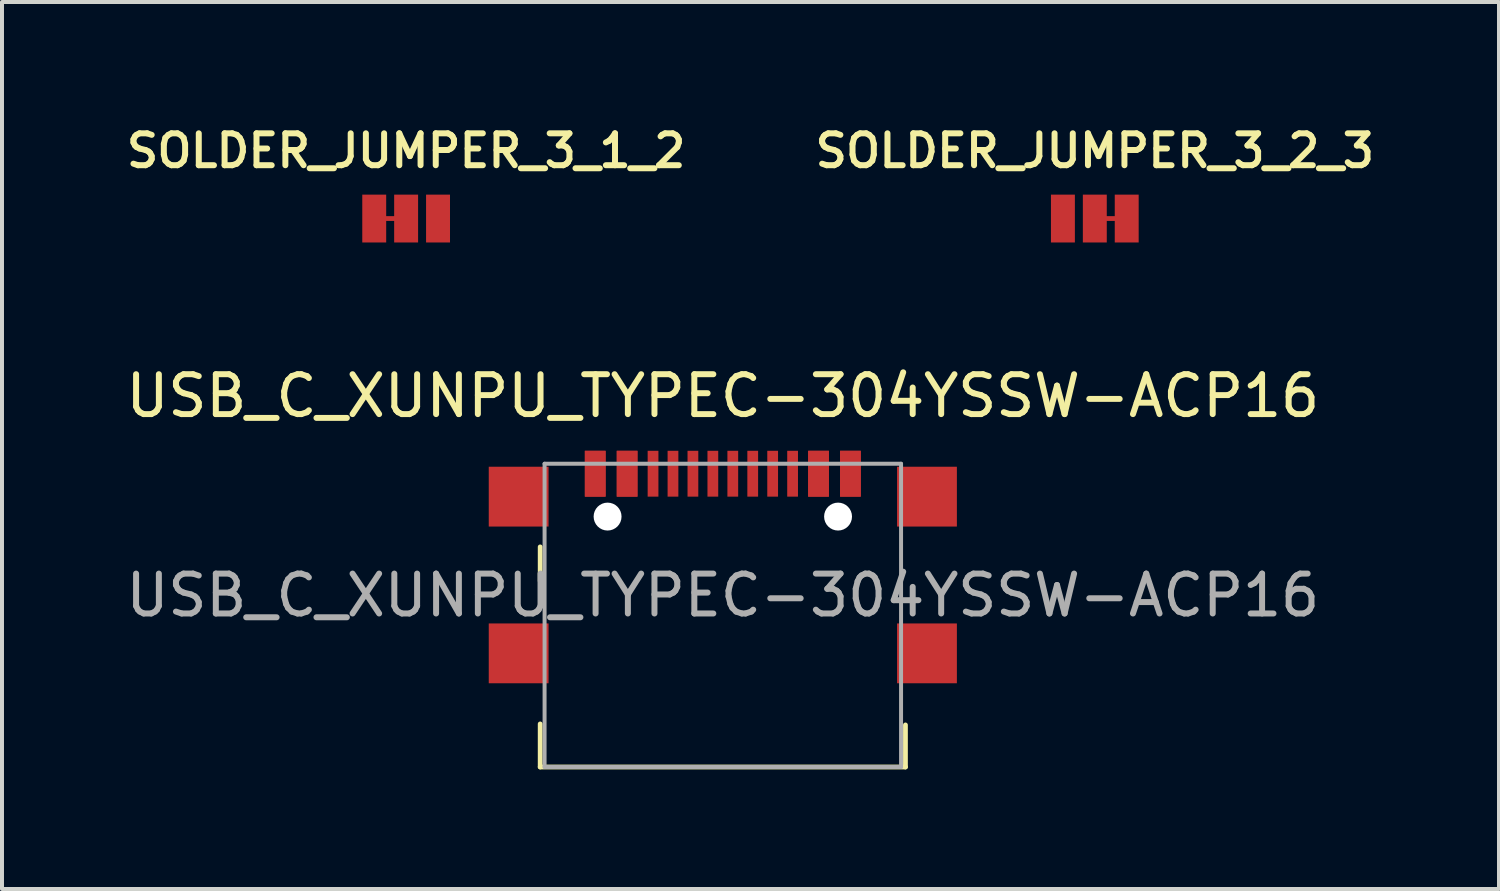
<source format=kicad_pcb>
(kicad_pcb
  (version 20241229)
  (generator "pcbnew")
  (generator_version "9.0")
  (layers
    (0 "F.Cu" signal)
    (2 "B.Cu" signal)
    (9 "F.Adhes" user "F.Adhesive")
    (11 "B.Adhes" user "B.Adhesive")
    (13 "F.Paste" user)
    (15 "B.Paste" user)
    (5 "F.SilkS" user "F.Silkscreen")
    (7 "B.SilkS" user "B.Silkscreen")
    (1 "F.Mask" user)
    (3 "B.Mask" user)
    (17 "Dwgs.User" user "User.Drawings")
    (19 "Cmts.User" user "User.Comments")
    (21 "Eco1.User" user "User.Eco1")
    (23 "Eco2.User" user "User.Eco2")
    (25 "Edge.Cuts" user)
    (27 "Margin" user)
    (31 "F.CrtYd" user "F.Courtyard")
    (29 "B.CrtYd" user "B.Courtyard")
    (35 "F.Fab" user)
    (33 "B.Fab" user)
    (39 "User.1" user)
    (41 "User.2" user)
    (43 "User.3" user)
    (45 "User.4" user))
  (footprint "SOLDER_JUMPER_3_1_2"
    (layer "F.Cu")
    (at 7.135 2.431)
    (property "Reference" "SOLDER_JUMPER_3_1_2" (at 0 -1.7 0) (layer "F.SilkS") (effects (font (size 0.8 0.8) (thickness 0.15))))
    (attr exclude_from_pos_files exclude_from_bom)
    (fp_line (start -0.8 0) (end 0 0) (stroke (width 0.12) (type solid)) (layer "F.Cu"))
    (pad "1" smd rect (at -0.8 0) (size 0.6 1.2) (layers "F.Cu" "F.Mask"))
    (pad "2" smd rect (at 0 0) (size 0.6 1.2) (layers "F.Cu" "F.Mask"))
    (pad "3" smd rect (at 0.8 0) (size 0.6 1.2) (layers "F.Cu" "F.Mask")))
  (footprint "USB_C_XUNPU_TYPEC-304YSSW-ACP16"
    (layer "F.Cu")
    (at 15.077 11.88)
    (property "Reference" "USB_C_XUNPU_TYPEC-304YSSW-ACP16" (at 0 -5 0) (layer "F.SilkS") (effects (font (size 1 1) (thickness 0.15))))
    (attr smd)
    (fp_line (start -4.58 -1.215) (end -4.58 -0.36) (stroke (width 0.12) (type solid)) (layer "F.SilkS"))
    (fp_line (start -4.58 3.225) (end -4.58 4.305) (stroke (width 0.12) (type solid)) (layer "F.SilkS"))
    (fp_line (start -4.58 4.305) (end 4.58 4.305) (stroke (width 0.12) (type solid)) (layer "F.SilkS"))
    (fp_line (start 4.58 3.25) (end 4.58 4.305) (stroke (width 0.12) (type solid)) (layer "F.SilkS"))
    (fp_line (start -4.47 -3.3) (end -4.47 4.305) (stroke (width 0.1) (type solid)) (layer "F.Fab"))
    (fp_line (start -4.47 -3.3) (end 4.47 -3.3) (stroke (width 0.1) (type solid)) (layer "F.Fab"))
    (fp_line (start -4.47 4.305) (end 4.47 4.305) (stroke (width 0.1) (type solid)) (layer "F.Fab"))
    (fp_line (start 4.47 -3.3) (end 4.47 4.305) (stroke (width 0.1) (type solid)) (layer "F.Fab"))
    (fp_text user "${REFERENCE}" (at 0 0 0) (layer "F.Fab") (effects (font (size 1 1) (thickness 0.15))))
    (pad "" smd rect (at -5.12 -2.475) (size 1.5 1.5) (layers "F.Cu" "F.Mask" "F.Paste"))
    (pad "" smd rect (at -5.12 1.455) (size 1.5 1.5) (layers "F.Cu" "F.Mask" "F.Paste"))
    (pad "" np_thru_hole circle (at -2.89 -1.975) (size 0.7 0.7) (drill 0.7) (layers "*.Cu" "*.Mask"))
    (pad "" np_thru_hole circle (at 2.89 -1.975) (size 0.7 0.7) (drill 0.7) (layers "*.Cu" "*.Mask"))
    (pad "" smd rect (at 5.12 -2.475) (size 1.5 1.5) (layers "F.Cu" "F.Mask" "F.Paste"))
    (pad "" smd rect (at 5.12 1.455) (size 1.5 1.5) (layers "F.Cu" "F.Mask" "F.Paste"))
    (pad "A1" smd rect (at -3.2 -3.05) (size 0.52 1.15) (layers "F.Cu" "F.Mask" "F.Paste"))
    (pad "A4" smd rect (at -2.4 -3.05) (size 0.52 1.15) (layers "F.Cu" "F.Mask" "F.Paste"))
    (pad "A5" smd rect (at -1.75 -3.05) (size 0.27 1.15) (layers "F.Cu" "F.Mask" "F.Paste"))
    (pad "A6" smd rect (at -0.25 -3.05) (size 0.27 1.15) (layers "F.Cu" "F.Mask" "F.Paste"))
    (pad "A7" smd rect (at 0.75 -3.05) (size 0.27 1.15) (layers "F.Cu" "F.Mask" "F.Paste"))
    (pad "A8" smd rect (at 1.75 -3.05) (size 0.27 1.15) (layers "F.Cu" "F.Mask" "F.Paste"))
    (pad "A9" smd rect (at 2.4 -3.05) (size 0.52 1.15) (layers "F.Cu" "F.Mask" "F.Paste"))
    (pad "A12" smd rect (at 3.2 -3.05) (size 0.52 1.15) (layers "F.Cu" "F.Mask" "F.Paste"))
    (pad "B1" smd rect (at 3.2 -3.05) (size 0.52 1.15) (layers "F.Cu" "F.Mask" "F.Paste"))
    (pad "B4" smd rect (at 2.4 -3.05) (size 0.52 1.15) (layers "F.Cu" "F.Mask" "F.Paste"))
    (pad "B5" smd rect (at 1.25 -3.05) (size 0.27 1.15) (layers "F.Cu" "F.Mask" "F.Paste"))
    (pad "B6" smd rect (at 0.25 -3.05) (size 0.27 1.15) (layers "F.Cu" "F.Mask" "F.Paste"))
    (pad "B7" smd rect (at -0.75 -3.05) (size 0.27 1.15) (layers "F.Cu" "F.Mask" "F.Paste"))
    (pad "B8" smd rect (at -1.25 -3.05) (size 0.27 1.15) (layers "F.Cu" "F.Mask" "F.Paste"))
    (pad "B9" smd rect (at -2.4 -3.05) (size 0.52 1.15) (layers "F.Cu" "F.Mask" "F.Paste"))
    (pad "B12" smd rect (at -3.2 -3.05) (size 0.52 1.15) (layers "F.Cu" "F.Mask" "F.Paste")))
  (footprint "SOLDER_JUMPER_3_2_3"
    (layer "F.Cu")
    (at 24.406 2.431)
    (property "Reference" "SOLDER_JUMPER_3_2_3" (at 0 -1.7 0) (layer "F.SilkS") (effects (font (size 0.8 0.8) (thickness 0.15))))
    (attr exclude_from_pos_files exclude_from_bom)
    (fp_line (start 0 0) (end 0.8 0) (stroke (width 0.12) (type solid)) (layer "F.Cu"))
    (pad "1" smd rect (at -0.8 0) (size 0.6 1.2) (layers "F.Cu" "F.Mask"))
    (pad "2" smd rect (at 0 0) (size 0.6 1.2) (layers "F.Cu" "F.Mask"))
    (pad "3" smd rect (at 0.8 0) (size 0.6 1.2) (layers "F.Cu" "F.Mask")))
  (gr_rect
    (start -3 -3)
    (end 34.542 19.244)
    (stroke (width 0.1) (type default))
    (fill no)
    (layer "Edge.Cuts")))
</source>
